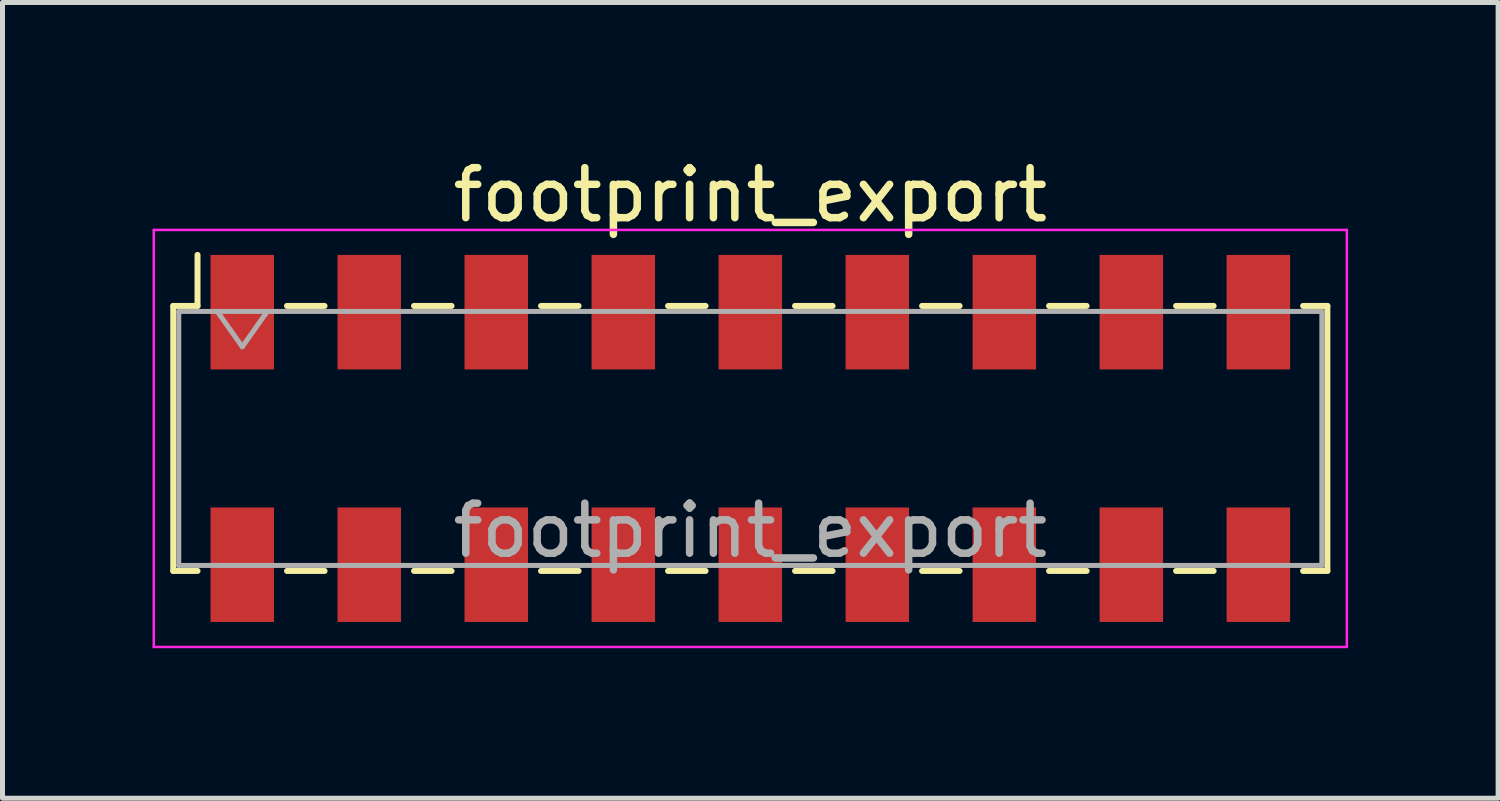
<source format=kicad_pcb>
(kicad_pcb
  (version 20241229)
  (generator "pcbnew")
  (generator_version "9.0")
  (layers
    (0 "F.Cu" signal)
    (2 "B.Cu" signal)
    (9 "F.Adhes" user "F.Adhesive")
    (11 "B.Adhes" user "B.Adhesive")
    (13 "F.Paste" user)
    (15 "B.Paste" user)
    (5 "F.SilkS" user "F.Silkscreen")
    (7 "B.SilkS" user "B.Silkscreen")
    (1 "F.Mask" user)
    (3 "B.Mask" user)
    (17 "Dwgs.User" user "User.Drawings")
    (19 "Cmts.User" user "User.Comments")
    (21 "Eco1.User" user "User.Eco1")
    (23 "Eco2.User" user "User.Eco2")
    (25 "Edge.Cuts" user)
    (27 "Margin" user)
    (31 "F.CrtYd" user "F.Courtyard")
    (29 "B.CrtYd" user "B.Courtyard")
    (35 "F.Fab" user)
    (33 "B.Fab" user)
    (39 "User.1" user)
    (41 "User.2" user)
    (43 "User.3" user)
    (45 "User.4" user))
  (footprint "footprint_export"
    (layer "F.Cu")
    (at 11.955 5.718)
    (property "Reference" "footprint_export" (at 0 -4.87 0) (layer "F.SilkS") (effects (font (size 1 1) (thickness 0.15))))
    (attr smd)
    (fp_line (start -11.54 -2.65) (end -11.54 2.65) (stroke (width 0.12) (type solid)) (layer "F.SilkS"))
    (fp_line (start -11.54 2.65) (end -11.055 2.65) (stroke (width 0.12) (type solid)) (layer "F.SilkS"))
    (fp_line (start -11.055 -3.67) (end -11.055 -2.65) (stroke (width 0.12) (type solid)) (layer "F.SilkS"))
    (fp_line (start -11.055 -2.65) (end -11.54 -2.65) (stroke (width 0.12) (type solid)) (layer "F.SilkS"))
    (fp_line (start -9.265 -2.65) (end -8.515 -2.65) (stroke (width 0.12) (type solid)) (layer "F.SilkS"))
    (fp_line (start -9.265 2.65) (end -8.515 2.65) (stroke (width 0.12) (type solid)) (layer "F.SilkS"))
    (fp_line (start -6.725 -2.65) (end -5.975 -2.65) (stroke (width 0.12) (type solid)) (layer "F.SilkS"))
    (fp_line (start -6.725 2.65) (end -5.975 2.65) (stroke (width 0.12) (type solid)) (layer "F.SilkS"))
    (fp_line (start -4.185 -2.65) (end -3.435 -2.65) (stroke (width 0.12) (type solid)) (layer "F.SilkS"))
    (fp_line (start -4.185 2.65) (end -3.435 2.65) (stroke (width 0.12) (type solid)) (layer "F.SilkS"))
    (fp_line (start -1.645 -2.65) (end -0.895 -2.65) (stroke (width 0.12) (type solid)) (layer "F.SilkS"))
    (fp_line (start -1.645 2.65) (end -0.895 2.65) (stroke (width 0.12) (type solid)) (layer "F.SilkS"))
    (fp_line (start 0.895 -2.65) (end 1.645 -2.65) (stroke (width 0.12) (type solid)) (layer "F.SilkS"))
    (fp_line (start 0.895 2.65) (end 1.645 2.65) (stroke (width 0.12) (type solid)) (layer "F.SilkS"))
    (fp_line (start 3.435 -2.65) (end 4.185 -2.65) (stroke (width 0.12) (type solid)) (layer "F.SilkS"))
    (fp_line (start 3.435 2.65) (end 4.185 2.65) (stroke (width 0.12) (type solid)) (layer "F.SilkS"))
    (fp_line (start 5.975 -2.65) (end 6.725 -2.65) (stroke (width 0.12) (type solid)) (layer "F.SilkS"))
    (fp_line (start 5.975 2.65) (end 6.725 2.65) (stroke (width 0.12) (type solid)) (layer "F.SilkS"))
    (fp_line (start 8.515 -2.65) (end 9.265 -2.65) (stroke (width 0.12) (type solid)) (layer "F.SilkS"))
    (fp_line (start 8.515 2.65) (end 9.265 2.65) (stroke (width 0.12) (type solid)) (layer "F.SilkS"))
    (fp_line (start 11.055 -2.65) (end 11.54 -2.65) (stroke (width 0.12) (type solid)) (layer "F.SilkS"))
    (fp_line (start 11.54 -2.65) (end 11.54 2.65) (stroke (width 0.12) (type solid)) (layer "F.SilkS"))
    (fp_line (start 11.54 2.65) (end 11.055 2.65) (stroke (width 0.12) (type solid)) (layer "F.SilkS"))
    (fp_line (start -11.93 -4.17) (end 11.93 -4.17) (stroke (width 0.05) (type solid)) (layer "F.CrtYd"))
    (fp_line (start -11.93 4.17) (end -11.93 -4.17) (stroke (width 0.05) (type solid)) (layer "F.CrtYd"))
    (fp_line (start 11.93 -4.17) (end 11.93 4.17) (stroke (width 0.05) (type solid)) (layer "F.CrtYd"))
    (fp_line (start 11.93 4.17) (end -11.93 4.17) (stroke (width 0.05) (type solid)) (layer "F.CrtYd"))
    (fp_line (start -11.43 -2.54) (end 11.43 -2.54) (stroke (width 0.1) (type solid)) (layer "F.Fab"))
    (fp_line (start -11.43 2.54) (end -11.43 -2.54) (stroke (width 0.1) (type solid)) (layer "F.Fab"))
    (fp_line (start -10.66 -2.54) (end -10.16 -1.833) (stroke (width 0.1) (type solid)) (layer "F.Fab"))
    (fp_line (start -10.16 -1.833) (end -9.66 -2.54) (stroke (width 0.1) (type solid)) (layer "F.Fab"))
    (fp_line (start 11.43 -2.54) (end 11.43 2.54) (stroke (width 0.1) (type solid)) (layer "F.Fab"))
    (fp_line (start 11.43 2.54) (end -11.43 2.54) (stroke (width 0.1) (type solid)) (layer "F.Fab"))
    (fp_text user "${REFERENCE}" (at 0 1.84 0) (layer "F.Fab") (effects (font (size 1 1) (thickness 0.15))))
    (pad "1" smd rect (at -10.16 -2.525) (size 1.27 2.29) (layers "F.Cu" "F.Mask" "F.Paste"))
    (pad "2" smd rect (at -10.16 2.525) (size 1.27 2.29) (layers "F.Cu" "F.Mask" "F.Paste"))
    (pad "3" smd rect (at -7.62 -2.525) (size 1.27 2.29) (layers "F.Cu" "F.Mask" "F.Paste"))
    (pad "4" smd rect (at -7.62 2.525) (size 1.27 2.29) (layers "F.Cu" "F.Mask" "F.Paste"))
    (pad "5" smd rect (at -5.08 -2.525) (size 1.27 2.29) (layers "F.Cu" "F.Mask" "F.Paste"))
    (pad "6" smd rect (at -5.08 2.525) (size 1.27 2.29) (layers "F.Cu" "F.Mask" "F.Paste"))
    (pad "7" smd rect (at -2.54 -2.525) (size 1.27 2.29) (layers "F.Cu" "F.Mask" "F.Paste"))
    (pad "8" smd rect (at -2.54 2.525) (size 1.27 2.29) (layers "F.Cu" "F.Mask" "F.Paste"))
    (pad "9" smd rect (at 0 -2.525) (size 1.27 2.29) (layers "F.Cu" "F.Mask" "F.Paste"))
    (pad "10" smd rect (at 0 2.525) (size 1.27 2.29) (layers "F.Cu" "F.Mask" "F.Paste"))
    (pad "11" smd rect (at 2.54 -2.525) (size 1.27 2.29) (layers "F.Cu" "F.Mask" "F.Paste"))
    (pad "12" smd rect (at 2.54 2.525) (size 1.27 2.29) (layers "F.Cu" "F.Mask" "F.Paste"))
    (pad "13" smd rect (at 5.08 -2.525) (size 1.27 2.29) (layers "F.Cu" "F.Mask" "F.Paste"))
    (pad "14" smd rect (at 5.08 2.525) (size 1.27 2.29) (layers "F.Cu" "F.Mask" "F.Paste"))
    (pad "15" smd rect (at 7.62 -2.525) (size 1.27 2.29) (layers "F.Cu" "F.Mask" "F.Paste"))
    (pad "16" smd rect (at 7.62 2.525) (size 1.27 2.29) (layers "F.Cu" "F.Mask" "F.Paste"))
    (pad "17" smd rect (at 10.16 -2.525) (size 1.27 2.29) (layers "F.Cu" "F.Mask" "F.Paste"))
    (pad "18" smd rect (at 10.16 2.525) (size 1.27 2.29) (layers "F.Cu" "F.Mask" "F.Paste")))
  (gr_rect
    (start -3 -3)
    (end 26.91 12.913)
    (stroke (width 0.1) (type default))
    (fill no)
    (layer "Edge.Cuts")))
</source>
